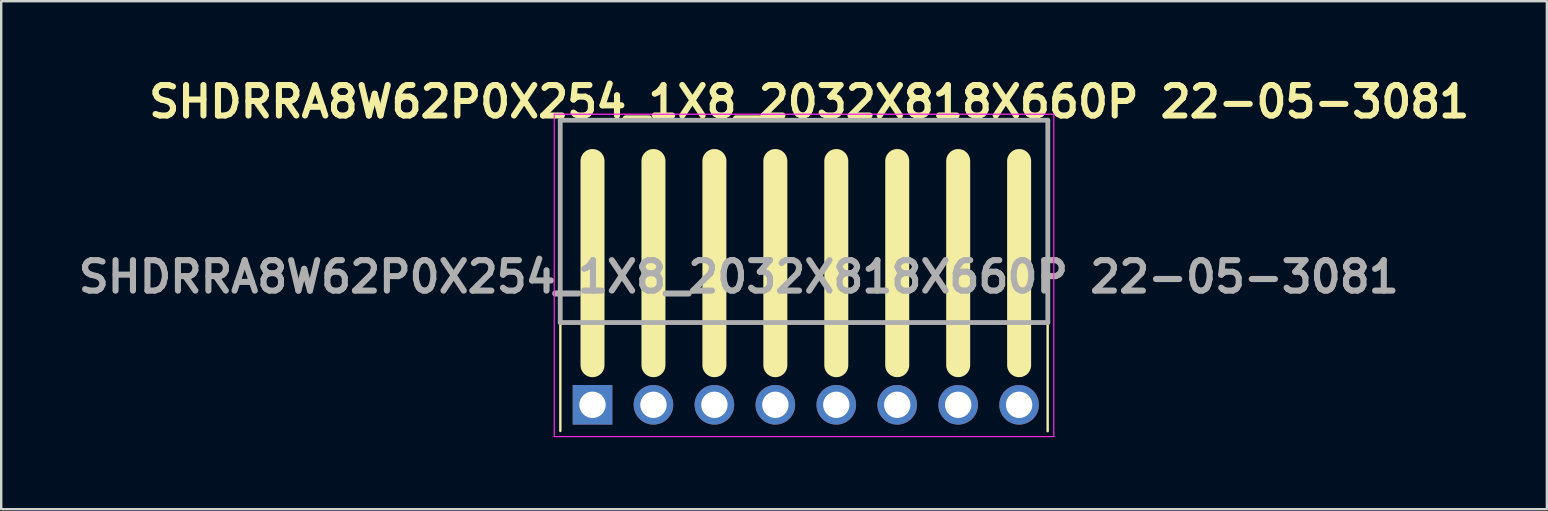
<source format=kicad_pcb>
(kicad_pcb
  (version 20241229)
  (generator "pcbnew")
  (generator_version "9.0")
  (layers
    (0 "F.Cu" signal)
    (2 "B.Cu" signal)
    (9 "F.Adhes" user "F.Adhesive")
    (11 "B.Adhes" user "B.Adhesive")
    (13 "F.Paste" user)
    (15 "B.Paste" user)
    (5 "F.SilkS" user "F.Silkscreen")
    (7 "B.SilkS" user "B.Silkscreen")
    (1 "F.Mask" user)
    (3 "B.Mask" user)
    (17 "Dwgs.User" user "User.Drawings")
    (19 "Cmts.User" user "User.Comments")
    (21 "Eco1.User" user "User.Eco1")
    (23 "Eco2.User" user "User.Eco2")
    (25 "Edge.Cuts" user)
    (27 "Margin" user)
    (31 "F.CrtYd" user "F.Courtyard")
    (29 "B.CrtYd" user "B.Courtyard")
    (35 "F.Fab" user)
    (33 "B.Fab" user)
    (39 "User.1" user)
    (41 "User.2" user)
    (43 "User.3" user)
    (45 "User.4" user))
  (footprint "SHDRRA8W62P0X254_1X8_2032X818X660P 22-05-3081"
    (layer "F.Cu")
    (at 21.644 13.821)
    (property "Reference" "SHDRRA8W62P0X254_1X8_2032X818X660P 22-05-3081" (at 9.034 -12.632 0) (layer "F.SilkS") (effects (font (size 1.27 1.27) (thickness 0.254))))
    (attr through_hole exclude_from_pos_files exclude_from_bom)
    (fp_line (start -1.34 -3.43) (end -1.34 -11.86) (stroke (width 0.1) (type default)) (layer "F.SilkS"))
    (fp_line (start -1.34 -3.43) (end -1.34 1.09) (stroke (width 0.1) (type default)) (layer "F.SilkS"))
    (fp_line (start 0 -1.651) (end 0 -10.16) (stroke (width 1) (type default)) (layer "F.SilkS"))
    (fp_line (start 2.54 -1.651) (end 2.54 -10.16) (stroke (width 1) (type default)) (layer "F.SilkS"))
    (fp_line (start 5.08 -1.651) (end 5.08 -10.16) (stroke (width 1) (type default)) (layer "F.SilkS"))
    (fp_line (start 7.62 -1.651) (end 7.62 -10.16) (stroke (width 1) (type default)) (layer "F.SilkS"))
    (fp_line (start 10.16 -1.651) (end 10.16 -10.16) (stroke (width 1) (type default)) (layer "F.SilkS"))
    (fp_line (start 12.7 -1.651) (end 12.7 -10.16) (stroke (width 1) (type default)) (layer "F.SilkS"))
    (fp_line (start 15.24 -1.651) (end 15.24 -10.16) (stroke (width 1) (type default)) (layer "F.SilkS"))
    (fp_line (start 17.78 -1.651) (end 17.78 -10.16) (stroke (width 1) (type default)) (layer "F.SilkS"))
    (fp_line (start 18.97 -11.86) (end 18.97 -3.43) (stroke (width 0.1) (type default)) (layer "F.SilkS"))
    (fp_line (start 18.97 -3.43) (end -1.34 -3.43) (stroke (width 0.1) (type default)) (layer "F.SilkS"))
    (fp_line (start 18.97 -3.43) (end 18.97 1.1) (stroke (width 0.1) (type default)) (layer "F.SilkS"))
    (fp_line (start -1.595 -12.11) (end -1.595 1.325) (stroke (width 0.05) (type solid)) (layer "F.CrtYd"))
    (fp_line (start -1.595 1.325) (end 19.225 1.325) (stroke (width 0.05) (type solid)) (layer "F.CrtYd"))
    (fp_line (start 19.225 -12.11) (end -1.595 -12.11) (stroke (width 0.05) (type solid)) (layer "F.CrtYd"))
    (fp_line (start 19.225 1.325) (end 19.225 -12.11) (stroke (width 0.05) (type solid)) (layer "F.CrtYd"))
    (fp_line (start -1.345 -11.86) (end 18.975 -11.86) (stroke (width 0.2) (type solid)) (layer "F.Fab"))
    (fp_line (start -1.345 -3.43) (end -1.345 -11.86) (stroke (width 0.1) (type solid)) (layer "F.Fab"))
    (fp_line (start -1.345 -3.43) (end -1.345 -11.86) (stroke (width 0.2) (type solid)) (layer "F.Fab"))
    (fp_line (start 18.975 -11.86) (end 18.975 -3.43) (stroke (width 0.2) (type solid)) (layer "F.Fab"))
    (fp_line (start 18.975 -3.43) (end -1.345 -3.43) (stroke (width 0.2) (type solid)) (layer "F.Fab"))
    (fp_text user "${REFERENCE}" (at 6.096 -5.334 0) (layer "F.Fab") (effects (font (size 1.27 1.27) (thickness 0.254))))
    (pad "1" thru_hole rect (at 0 0) (size 1.65 1.65) (drill 1.1) (layers "*.Cu" "*.Mask"))
    (pad "2" thru_hole circle (at 2.54 0) (size 1.65 1.65) (drill 1.1) (layers "*.Cu" "*.Mask"))
    (pad "3" thru_hole circle (at 5.08 0) (size 1.65 1.65) (drill 1.1) (layers "*.Cu" "*.Mask"))
    (pad "4" thru_hole circle (at 7.62 0) (size 1.65 1.65) (drill 1.1) (layers "*.Cu" "*.Mask"))
    (pad "5" thru_hole circle (at 10.16 0) (size 1.65 1.65) (drill 1.1) (layers "*.Cu" "*.Mask"))
    (pad "6" thru_hole circle (at 12.7 0) (size 1.65 1.65) (drill 1.1) (layers "*.Cu" "*.Mask"))
    (pad "7" thru_hole circle (at 15.24 0) (size 1.65 1.65) (drill 1.1) (layers "*.Cu" "*.Mask"))
    (pad "8" thru_hole circle (at 17.78 0) (size 1.65 1.65) (drill 1.1) (layers "*.Cu" "*.Mask")))
  (gr_rect
    (start -3 -3)
    (end 61.419 18.171)
    (stroke (width 0.1) (type default))
    (fill no)
    (layer "Edge.Cuts")))
</source>
